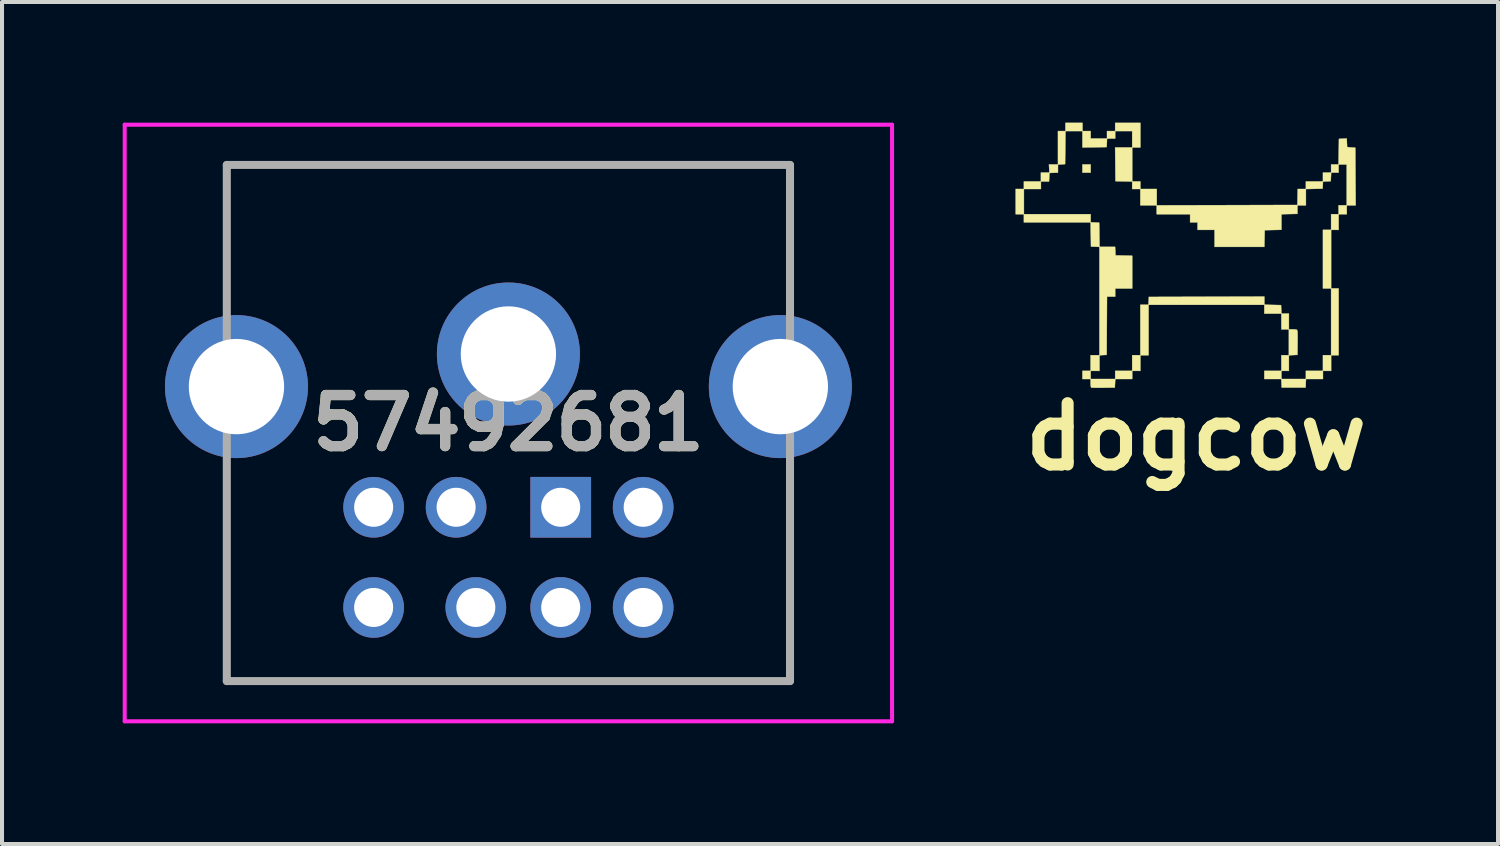
<source format=kicad_pcb>
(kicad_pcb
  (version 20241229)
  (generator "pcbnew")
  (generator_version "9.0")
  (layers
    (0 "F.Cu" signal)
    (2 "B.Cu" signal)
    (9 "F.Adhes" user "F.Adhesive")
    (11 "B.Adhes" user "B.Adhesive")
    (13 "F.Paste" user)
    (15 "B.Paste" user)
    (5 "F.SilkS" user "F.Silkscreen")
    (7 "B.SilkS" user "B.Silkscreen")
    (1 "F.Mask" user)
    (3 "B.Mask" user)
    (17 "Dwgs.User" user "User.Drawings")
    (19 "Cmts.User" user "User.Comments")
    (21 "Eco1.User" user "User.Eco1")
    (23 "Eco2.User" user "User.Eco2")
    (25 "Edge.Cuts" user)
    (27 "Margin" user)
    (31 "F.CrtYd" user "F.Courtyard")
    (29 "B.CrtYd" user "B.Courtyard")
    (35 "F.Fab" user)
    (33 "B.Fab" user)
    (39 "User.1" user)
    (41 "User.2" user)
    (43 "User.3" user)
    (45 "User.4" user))
  (footprint "dogcow"
    (layer "F.Cu")
    (at 26.432 3.307)
    (property "Reference" "dogcow" (at 0.25 4.5 0) (layer "F.SilkS") (effects (font (size 1.524 1.524) (thickness 0.3))))
    (attr through_hole)
    (fp_poly (pts (xy -4.03 -1.033) (xy -4.233 -1.033) (xy -4.233 -1.659) (xy -4.03 -1.659) (xy -4.03 -1.033)) (stroke (width 0.01) (type solid)) (fill yes) (layer "F.SilkS"))
    (fp_poly (pts (xy -3.607 -1.659) (xy -4.03 -1.659) (xy -4.03 -1.846) (xy -3.607 -1.846) (xy -3.607 -1.659)) (stroke (width 0.01) (type solid)) (fill yes) (layer "F.SilkS"))
    (fp_poly (pts (xy -2.371 -2.066) (xy -2.574 -2.066) (xy -2.574 -2.269) (xy -2.371 -2.269) (xy -2.371 -2.066)) (stroke (width 0.01) (type solid)) (fill yes) (layer "F.SilkS"))
    (fp_poly (pts (xy -2.371 3.065) (xy -2.574 3.065) (xy -2.574 2.862) (xy -2.371 2.862) (xy -2.371 3.065)) (stroke (width 0.01) (type solid)) (fill yes) (layer "F.SilkS"))
    (fp_poly (pts (xy -1.338 2.472) (xy -1.135 2.472) (xy -1.135 2.862) (xy -1.338 2.862) (xy -1.338 2.472)) (stroke (width 0.01) (type solid)) (fill yes) (layer "F.SilkS"))
    (fp_poly (pts (xy -0.728 -1.659) (xy -0.728 -1.253) (xy -1.135 -1.253) (xy -1.135 -1.659) (xy -0.728 -1.659)) (stroke (width 0.01) (type solid)) (fill yes) (layer "F.SilkS"))
    (fp_poly (pts (xy 3.607 0.813) (xy 3.404 0.813) (xy 3.404 -0.643) (xy 3.607 -0.643) (xy 3.607 0.813)) (stroke (width 0.01) (type solid)) (fill yes) (layer "F.SilkS"))
    (fp_poly (pts (xy 3.607 2.862) (xy 3.404 2.862) (xy 3.404 2.472) (xy 3.607 2.472) (xy 3.607 2.862)) (stroke (width 0.01) (type solid)) (fill yes) (layer "F.SilkS"))
    (fp_poly (pts (xy 3.793 -0.643) (xy 3.607 -0.643) (xy 3.607 -1.033) (xy 3.793 -1.033) (xy 3.793 -0.643)) (stroke (width 0.01) (type solid)) (fill yes) (layer "F.SilkS"))
    (fp_poly (pts (xy 3.793 0.813) (xy 3.793 2.472) (xy 3.607 2.472) (xy 3.607 0.813) (xy 3.793 0.813)) (stroke (width 0.01) (type solid)) (fill yes) (layer "F.SilkS"))
    (fp_poly (pts (xy 3.996 -1.033) (xy 3.793 -1.033) (xy 3.793 -1.253) (xy 3.996 -1.253) (xy 3.996 -1.033)) (stroke (width 0.01) (type solid)) (fill yes) (layer "F.SilkS"))
    (fp_poly (pts (xy -1.338 -3.099) (xy -1.761 -3.099) (xy -1.761 -3.302) (xy -1.135 -3.302) (xy -1.135 -2.692) (xy -1.338 -2.692) (xy -1.338 -3.099)) (stroke (width 0.01) (type solid)) (fill yes) (layer "F.SilkS"))
    (fp_poly (pts (xy -1.338 -1.659) (xy -1.338 -1.845) (xy -1.545 -1.849) (xy -1.753 -1.854) (xy -1.757 -2.273) (xy -1.762 -2.692) (xy -1.338 -2.692) (xy -1.338 -1.846) (xy -1.135 -1.846) (xy -1.135 -1.659) (xy -1.338 -1.659)) (stroke (width 0.01) (type solid)) (fill yes) (layer "F.SilkS"))
    (fp_poly (pts (xy -1.761 -2.913) (xy -1.963 -2.913) (xy -1.968 -2.807) (xy -1.973 -2.701) (xy -2.574 -2.692) (xy -2.574 -3.099) (xy -2.371 -3.099) (xy -2.371 -2.913) (xy -1.964 -2.913) (xy -1.964 -3.099) (xy -1.761 -3.099) (xy -1.761 -2.913)) (stroke (width 0.01) (type solid)) (fill yes) (layer "F.SilkS"))
    (fp_poly (pts (xy 3.404 3.065) (xy 2.982 3.065) (xy 2.977 3.171) (xy 2.972 3.277) (xy 2.379 3.277) (xy 2.374 3.171) (xy 2.369 3.065) (xy 1.947 3.065) (xy 1.947 2.862) (xy 2.371 2.862) (xy 2.371 3.065) (xy 2.98 3.065) (xy 2.98 2.862) (xy 3.404 2.862) (xy 3.404 3.065)) (stroke (width 0.01) (type solid)) (fill yes) (layer "F.SilkS"))
    (fp_poly (pts (xy -1.761 3.065) (xy -1.761 2.862) (xy -1.338 2.862) (xy -1.338 3.065) (xy -1.759 3.065) (xy -1.77 3.277) (xy -2.058 3.281) (xy -2.154 3.282) (xy -2.238 3.282) (xy -2.304 3.28) (xy -2.346 3.277) (xy -2.359 3.274) (xy -2.365 3.252) (xy -2.37 3.207) (xy -2.371 3.164) (xy -2.371 3.065) (xy -1.761 3.065)) (stroke (width 0.01) (type solid)) (fill yes) (layer "F.SilkS"))
    (fp_poly (pts (xy 2.371 2.472) (xy 2.557 2.472) (xy 2.557 1.829) (xy 2.646 1.829) (xy 2.701 1.832) (xy 2.743 1.838) (xy 2.756 1.843) (xy 2.764 1.857) (xy 2.77 1.888) (xy 2.773 1.941) (xy 2.774 2.019) (xy 2.774 2.127) (xy 2.773 2.16) (xy 2.769 2.464) (xy 2.663 2.469) (xy 2.557 2.474) (xy 2.557 2.862) (xy 2.371 2.862) (xy 2.371 2.472)) (stroke (width 0.01) (type solid)) (fill yes) (layer "F.SilkS"))
    (fp_poly (pts (xy -3.607 -2.066) (xy -3.395 -2.066) (xy -3.407 -2.269) (xy -3.183 -2.269) (xy -3.183 -3.099) (xy -2.997 -3.099) (xy -2.997 -3.302) (xy -2.574 -3.302) (xy -2.574 -3.099) (xy -2.997 -3.099) (xy -3.001 -2.688) (xy -3.006 -2.278) (xy -3.095 -2.272) (xy -3.183 -2.267) (xy -3.183 -2.067) (xy -3.289 -2.062) (xy -3.395 -2.057) (xy -3.405 -1.846) (xy -3.607 -1.846) (xy -3.607 -2.066)) (stroke (width 0.01) (type solid)) (fill yes) (layer "F.SilkS"))
    (fp_poly (pts (xy -1.135 1.219) (xy -0.933 1.219) (xy -0.928 1.122) (xy -0.923 1.024) (xy 1.947 1.016) (xy 1.947 1.218) (xy 2.155 1.223) (xy 2.362 1.228) (xy 2.367 1.334) (xy 2.372 1.439) (xy 2.557 1.439) (xy 2.557 1.829) (xy 2.371 1.829) (xy 2.371 1.439) (xy 1.947 1.439) (xy 1.947 1.219) (xy -0.931 1.219) (xy -0.931 2.472) (xy -1.135 2.472) (xy -1.135 1.219)) (stroke (width 0.01) (type solid)) (fill yes) (layer "F.SilkS"))
    (fp_poly (pts (xy -2.371 -1.033) (xy -2.371 -0.831) (xy -2.265 -0.826) (xy -2.159 -0.821) (xy -2.154 -0.521) (xy -2.15 -0.22) (xy -1.763 -0.22) (xy -1.758 -0.114) (xy -1.753 -0.008) (xy -1.545 -0.004) (xy -1.338 0.001) (xy -1.338 0.813) (xy -1.761 0.813) (xy -1.761 1.016) (xy -1.964 1.016) (xy -1.973 2.464) (xy -2.062 2.469) (xy -2.151 2.474) (xy -2.151 2.862) (xy -2.371 2.862) (xy -2.371 2.472) (xy -2.151 2.472) (xy -2.151 -0.219) (xy -2.362 -0.229) (xy -2.371 -0.83) (xy -4.03 -0.83) (xy -4.03 -1.033) (xy -2.371 -1.033)) (stroke (width 0.01) (type solid)) (fill yes) (layer "F.SilkS"))
    (fp_poly (pts (xy 3.996 -2.269) (xy 3.793 -2.269) (xy 3.793 -2.066) (xy 3.608 -2.066) (xy 3.603 -1.96) (xy 3.598 -1.854) (xy 3.502 -1.849) (xy 3.405 -1.844) (xy 3.4 -1.756) (xy 3.395 -1.668) (xy 3.188 -1.663) (xy 2.98 -1.658) (xy 2.98 -1.253) (xy 2.769 -1.253) (xy 2.769 -1.041) (xy 2.57 -1.037) (xy 2.371 -1.032) (xy 2.371 -0.645) (xy 1.956 -0.635) (xy 1.951 -0.428) (xy 1.946 -0.22) (xy 0.711 -0.22) (xy 0.711 -0.643) (xy 0.288 -0.643) (xy 0.288 -0.83) (xy 0.102 -0.83) (xy 0.102 -1.033) (xy -0.728 -1.033) (xy -0.728 -1.253) (xy 1.02 -1.257) (xy 2.769 -1.262) (xy 2.773 -1.46) (xy 2.778 -1.659) (xy 2.98 -1.659) (xy 2.98 -1.846) (xy 3.404 -1.846) (xy 3.404 -2.066) (xy 3.607 -2.066) (xy 3.607 -2.269) (xy 3.792 -2.269) (xy 3.802 -2.904) (xy 3.898 -2.909) (xy 3.995 -2.914) (xy 4 -2.808) (xy 4.005 -2.701) (xy 4.106 -2.692) (xy 4.208 -2.684) (xy 4.212 -1.968) (xy 4.217 -1.253) (xy 3.996 -1.253) (xy 3.996 -2.269)) (stroke (width 0.01) (type solid)) (fill yes) (layer "F.SilkS")))
  (footprint "57492681"
    (layer "F.Cu")
    (at 10.888 9.56)
    (property "Reference" "57492681" (at -1.3 -2.095 0) (layer "F.SilkS") (effects (font (size 1.27 1.27) (thickness 0.254))))
    (attr through_hole)
    (fp_line (start -8.3 -8.51) (end 5.7 -8.51) (stroke (width 0.1) (type solid)) (layer "F.SilkS"))
    (fp_line (start -8.3 -5.51) (end -8.3 -8.51) (stroke (width 0.1) (type solid)) (layer "F.SilkS"))
    (fp_line (start -8.3 -0.51) (end -8.3 4.32) (stroke (width 0.1) (type solid)) (layer "F.SilkS"))
    (fp_line (start -8.3 4.32) (end 5.7 4.32) (stroke (width 0.1) (type solid)) (layer "F.SilkS"))
    (fp_line (start 5.7 -8.51) (end 5.7 -5.51) (stroke (width 0.1) (type solid)) (layer "F.SilkS"))
    (fp_line (start 5.7 4.32) (end 5.7 -0.51) (stroke (width 0.1) (type solid)) (layer "F.SilkS"))
    (fp_line (start -10.838 -9.51) (end 8.237 -9.51) (stroke (width 0.1) (type solid)) (layer "F.CrtYd"))
    (fp_line (start -10.838 5.32) (end -10.838 -9.51) (stroke (width 0.1) (type solid)) (layer "F.CrtYd"))
    (fp_line (start 8.237 -9.51) (end 8.237 5.32) (stroke (width 0.1) (type solid)) (layer "F.CrtYd"))
    (fp_line (start 8.237 5.32) (end -10.838 5.32) (stroke (width 0.1) (type solid)) (layer "F.CrtYd"))
    (fp_line (start -8.3 -8.51) (end 5.7 -8.51) (stroke (width 0.2) (type solid)) (layer "F.Fab"))
    (fp_line (start -8.3 4.32) (end -8.3 -8.51) (stroke (width 0.2) (type solid)) (layer "F.Fab"))
    (fp_line (start 5.7 -8.51) (end 5.7 4.32) (stroke (width 0.2) (type solid)) (layer "F.Fab"))
    (fp_line (start 5.7 4.32) (end -8.3 4.32) (stroke (width 0.2) (type solid)) (layer "F.Fab"))
    (fp_text user "${REFERENCE}" (at -1.3 -2.095 0) (layer "F.Fab") (effects (font (size 1.27 1.27) (thickness 0.254))))
    (pad "1" thru_hole rect (at 0 0) (size 1.509 1.509) (drill 0.97) (layers "*.Cu" "*.Mask"))
    (pad "2" thru_hole circle (at -2.6 0) (size 1.509 1.509) (drill 0.97) (layers "*.Cu" "*.Mask"))
    (pad "3" thru_hole circle (at 2.05 0) (size 1.509 1.509) (drill 0.97) (layers "*.Cu" "*.Mask"))
    (pad "4" thru_hole circle (at 0 2.49) (size 1.509 1.509) (drill 0.97) (layers "*.Cu" "*.Mask"))
    (pad "5" thru_hole circle (at -4.65 0) (size 1.509 1.509) (drill 0.97) (layers "*.Cu" "*.Mask"))
    (pad "6" thru_hole circle (at 2.05 2.49) (size 1.509 1.509) (drill 0.97) (layers "*.Cu" "*.Mask"))
    (pad "7" thru_hole circle (at -2.11 2.49) (size 1.509 1.509) (drill 0.97) (layers "*.Cu" "*.Mask"))
    (pad "8" thru_hole circle (at -4.65 2.49) (size 1.509 1.509) (drill 0.97) (layers "*.Cu" "*.Mask"))
    (pad "MH1" thru_hole circle (at -8.06 -3) (size 3.555 3.555) (drill 2.37) (layers "*.Cu" "*.Mask"))
    (pad "MH2" thru_hole circle (at -1.3 -3.81) (size 3.555 3.555) (drill 2.37) (layers "*.Cu" "*.Mask"))
    (pad "MH3" thru_hole circle (at 5.46 -3) (size 3.555 3.555) (drill 2.37) (layers "*.Cu" "*.Mask")))
  (gr_rect
    (start -3 -3)
    (end 34.188 17.93)
    (stroke (width 0.1) (type default))
    (fill no)
    (layer "Edge.Cuts")))
</source>
